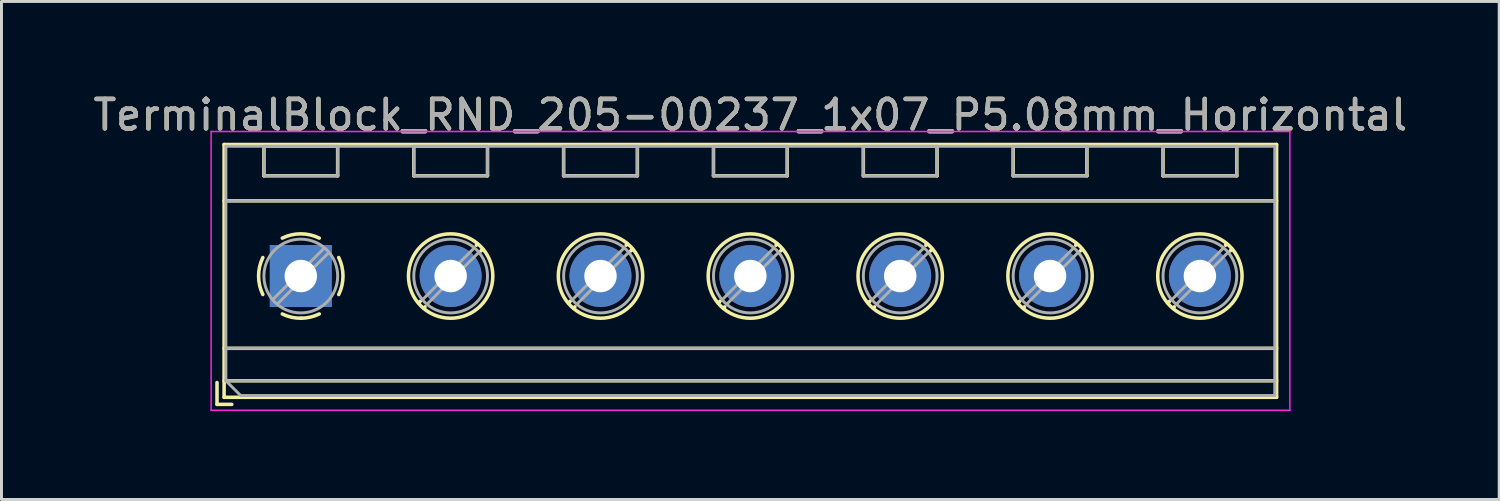
<source format=kicad_pcb>
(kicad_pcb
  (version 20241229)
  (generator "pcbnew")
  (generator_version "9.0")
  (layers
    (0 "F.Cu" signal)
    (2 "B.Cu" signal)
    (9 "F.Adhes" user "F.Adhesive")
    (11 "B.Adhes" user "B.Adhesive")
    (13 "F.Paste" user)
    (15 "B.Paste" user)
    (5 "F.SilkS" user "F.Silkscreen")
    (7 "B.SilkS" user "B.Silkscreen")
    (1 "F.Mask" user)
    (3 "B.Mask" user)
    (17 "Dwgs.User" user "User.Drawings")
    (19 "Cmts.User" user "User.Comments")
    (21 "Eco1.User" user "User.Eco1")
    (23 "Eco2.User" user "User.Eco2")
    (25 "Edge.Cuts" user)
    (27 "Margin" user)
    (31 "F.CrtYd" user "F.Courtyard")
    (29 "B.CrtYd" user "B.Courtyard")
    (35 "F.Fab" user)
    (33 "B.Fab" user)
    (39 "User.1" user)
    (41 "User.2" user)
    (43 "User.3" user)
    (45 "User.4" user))
  (footprint "TerminalBlock_RND_205-00237_1x07_P5.08mm_Horizontal"
    (layer "F.Cu")
    (at 7.147 6.308)
    (property "Reference" "TerminalBlock_RND_205-00237_1x07_P5.08mm_Horizontal" (at 15.24 -5.46 0) (layer "F.SilkS") (effects (font (size 1 1) (thickness 0.15))))
    (attr through_hole)
    (fp_line (start -2.84 3.61) (end -2.84 4.35) (stroke (width 0.12) (type solid)) (layer "F.SilkS"))
    (fp_line (start -2.84 4.35) (end -2.34 4.35) (stroke (width 0.12) (type solid)) (layer "F.SilkS"))
    (fp_line (start -2.6 -4.46) (end -2.6 4.11) (stroke (width 0.12) (type solid)) (layer "F.SilkS"))
    (fp_line (start -2.6 -4.46) (end 33.08 -4.46) (stroke (width 0.12) (type solid)) (layer "F.SilkS"))
    (fp_line (start -2.6 -2.55) (end 33.08 -2.55) (stroke (width 0.12) (type solid)) (layer "F.SilkS"))
    (fp_line (start -2.6 2.45) (end 33.08 2.45) (stroke (width 0.12) (type solid)) (layer "F.SilkS"))
    (fp_line (start -2.6 3.55) (end 33.08 3.55) (stroke (width 0.12) (type solid)) (layer "F.SilkS"))
    (fp_line (start -2.6 4.11) (end 33.08 4.11) (stroke (width 0.12) (type solid)) (layer "F.SilkS"))
    (fp_line (start -1.25 -4.4) (end -1.25 -3.4) (stroke (width 0.12) (type solid)) (layer "F.SilkS"))
    (fp_line (start -1.25 -4.4) (end 1.25 -4.4) (stroke (width 0.12) (type solid)) (layer "F.SilkS"))
    (fp_line (start -1.25 -3.4) (end 1.25 -3.4) (stroke (width 0.12) (type solid)) (layer "F.SilkS"))
    (fp_line (start 1.25 -4.4) (end 1.25 -3.4) (stroke (width 0.12) (type solid)) (layer "F.SilkS"))
    (fp_line (start 3.83 -4.4) (end 3.83 -3.4) (stroke (width 0.12) (type solid)) (layer "F.SilkS"))
    (fp_line (start 3.83 -4.4) (end 6.33 -4.4) (stroke (width 0.12) (type solid)) (layer "F.SilkS"))
    (fp_line (start 3.83 -3.4) (end 6.33 -3.4) (stroke (width 0.12) (type solid)) (layer "F.SilkS"))
    (fp_line (start 4.056 0.85) (end 3.996 0.91) (stroke (width 0.12) (type solid)) (layer "F.SilkS"))
    (fp_line (start 4.21 1.045) (end 4.17 1.085) (stroke (width 0.12) (type solid)) (layer "F.SilkS"))
    (fp_line (start 5.991 -1.085) (end 5.951 -1.045) (stroke (width 0.12) (type solid)) (layer "F.SilkS"))
    (fp_line (start 6.165 -0.91) (end 6.105 -0.851) (stroke (width 0.12) (type solid)) (layer "F.SilkS"))
    (fp_line (start 6.33 -4.4) (end 6.33 -3.4) (stroke (width 0.12) (type solid)) (layer "F.SilkS"))
    (fp_line (start 8.91 -4.4) (end 8.91 -3.4) (stroke (width 0.12) (type solid)) (layer "F.SilkS"))
    (fp_line (start 8.91 -4.4) (end 11.41 -4.4) (stroke (width 0.12) (type solid)) (layer "F.SilkS"))
    (fp_line (start 8.91 -3.4) (end 11.41 -3.4) (stroke (width 0.12) (type solid)) (layer "F.SilkS"))
    (fp_line (start 9.136 0.85) (end 9.076 0.91) (stroke (width 0.12) (type solid)) (layer "F.SilkS"))
    (fp_line (start 9.29 1.045) (end 9.25 1.085) (stroke (width 0.12) (type solid)) (layer "F.SilkS"))
    (fp_line (start 11.071 -1.085) (end 11.031 -1.045) (stroke (width 0.12) (type solid)) (layer "F.SilkS"))
    (fp_line (start 11.245 -0.91) (end 11.185 -0.851) (stroke (width 0.12) (type solid)) (layer "F.SilkS"))
    (fp_line (start 11.41 -4.4) (end 11.41 -3.4) (stroke (width 0.12) (type solid)) (layer "F.SilkS"))
    (fp_line (start 13.99 -4.4) (end 13.99 -3.4) (stroke (width 0.12) (type solid)) (layer "F.SilkS"))
    (fp_line (start 13.99 -4.4) (end 16.49 -4.4) (stroke (width 0.12) (type solid)) (layer "F.SilkS"))
    (fp_line (start 13.99 -3.4) (end 16.49 -3.4) (stroke (width 0.12) (type solid)) (layer "F.SilkS"))
    (fp_line (start 14.216 0.85) (end 14.156 0.91) (stroke (width 0.12) (type solid)) (layer "F.SilkS"))
    (fp_line (start 14.37 1.045) (end 14.33 1.085) (stroke (width 0.12) (type solid)) (layer "F.SilkS"))
    (fp_line (start 16.151 -1.085) (end 16.111 -1.045) (stroke (width 0.12) (type solid)) (layer "F.SilkS"))
    (fp_line (start 16.325 -0.91) (end 16.265 -0.851) (stroke (width 0.12) (type solid)) (layer "F.SilkS"))
    (fp_line (start 16.49 -4.4) (end 16.49 -3.4) (stroke (width 0.12) (type solid)) (layer "F.SilkS"))
    (fp_line (start 19.07 -4.4) (end 19.07 -3.4) (stroke (width 0.12) (type solid)) (layer "F.SilkS"))
    (fp_line (start 19.07 -4.4) (end 21.57 -4.4) (stroke (width 0.12) (type solid)) (layer "F.SilkS"))
    (fp_line (start 19.07 -3.4) (end 21.57 -3.4) (stroke (width 0.12) (type solid)) (layer "F.SilkS"))
    (fp_line (start 19.296 0.85) (end 19.236 0.91) (stroke (width 0.12) (type solid)) (layer "F.SilkS"))
    (fp_line (start 19.45 1.045) (end 19.41 1.085) (stroke (width 0.12) (type solid)) (layer "F.SilkS"))
    (fp_line (start 21.231 -1.085) (end 21.191 -1.045) (stroke (width 0.12) (type solid)) (layer "F.SilkS"))
    (fp_line (start 21.405 -0.91) (end 21.345 -0.851) (stroke (width 0.12) (type solid)) (layer "F.SilkS"))
    (fp_line (start 21.57 -4.4) (end 21.57 -3.4) (stroke (width 0.12) (type solid)) (layer "F.SilkS"))
    (fp_line (start 24.15 -4.4) (end 24.15 -3.4) (stroke (width 0.12) (type solid)) (layer "F.SilkS"))
    (fp_line (start 24.15 -4.4) (end 26.65 -4.4) (stroke (width 0.12) (type solid)) (layer "F.SilkS"))
    (fp_line (start 24.15 -3.4) (end 26.65 -3.4) (stroke (width 0.12) (type solid)) (layer "F.SilkS"))
    (fp_line (start 24.376 0.85) (end 24.316 0.91) (stroke (width 0.12) (type solid)) (layer "F.SilkS"))
    (fp_line (start 24.53 1.045) (end 24.49 1.085) (stroke (width 0.12) (type solid)) (layer "F.SilkS"))
    (fp_line (start 26.311 -1.085) (end 26.271 -1.045) (stroke (width 0.12) (type solid)) (layer "F.SilkS"))
    (fp_line (start 26.485 -0.91) (end 26.425 -0.851) (stroke (width 0.12) (type solid)) (layer "F.SilkS"))
    (fp_line (start 26.65 -4.4) (end 26.65 -3.4) (stroke (width 0.12) (type solid)) (layer "F.SilkS"))
    (fp_line (start 29.23 -4.4) (end 29.23 -3.4) (stroke (width 0.12) (type solid)) (layer "F.SilkS"))
    (fp_line (start 29.23 -4.4) (end 31.73 -4.4) (stroke (width 0.12) (type solid)) (layer "F.SilkS"))
    (fp_line (start 29.23 -3.4) (end 31.73 -3.4) (stroke (width 0.12) (type solid)) (layer "F.SilkS"))
    (fp_line (start 29.456 0.85) (end 29.396 0.91) (stroke (width 0.12) (type solid)) (layer "F.SilkS"))
    (fp_line (start 29.61 1.045) (end 29.57 1.085) (stroke (width 0.12) (type solid)) (layer "F.SilkS"))
    (fp_line (start 31.391 -1.085) (end 31.351 -1.045) (stroke (width 0.12) (type solid)) (layer "F.SilkS"))
    (fp_line (start 31.565 -0.91) (end 31.505 -0.851) (stroke (width 0.12) (type solid)) (layer "F.SilkS"))
    (fp_line (start 31.73 -4.4) (end 31.73 -3.4) (stroke (width 0.12) (type solid)) (layer "F.SilkS"))
    (fp_line (start 33.08 -4.46) (end 33.08 4.11) (stroke (width 0.12) (type solid)) (layer "F.SilkS"))
    (fp_arc (start -1.286611 0.626746) (mid -1.431146 -0.000697) (end -1.286 -0.628) (stroke (width 0.12) (type solid)) (layer "F.SilkS"))
    (fp_arc (start -0.627362 -1.285823) (mid -0.000201 -1.430707) (end 0.627 -1.286) (stroke (width 0.12) (type solid)) (layer "F.SilkS"))
    (fp_arc (start 0.02428 1.43094) (mid -0.310437 1.397071) (end -0.628 1.286) (stroke (width 0.12) (type solid)) (layer "F.SilkS"))
    (fp_arc (start 0.626871 1.285275) (mid 0.32168 1.393349) (end 0 1.43) (stroke (width 0.12) (type solid)) (layer "F.SilkS"))
    (fp_arc (start 1.285823 -0.627362) (mid 1.430707 -0.000201) (end 1.286 0.627) (stroke (width 0.12) (type solid)) (layer "F.SilkS"))
    (fp_circle (center 5.08 0) (end 6.51 0) (stroke (width 0.12) (type solid)) (fill no) (layer "F.SilkS"))
    (fp_circle (center 10.16 0) (end 11.59 0) (stroke (width 0.12) (type solid)) (fill no) (layer "F.SilkS"))
    (fp_circle (center 15.24 0) (end 16.67 0) (stroke (width 0.12) (type solid)) (fill no) (layer "F.SilkS"))
    (fp_circle (center 20.32 0) (end 21.75 0) (stroke (width 0.12) (type solid)) (fill no) (layer "F.SilkS"))
    (fp_circle (center 25.4 0) (end 26.83 0) (stroke (width 0.12) (type solid)) (fill no) (layer "F.SilkS"))
    (fp_circle (center 30.48 0) (end 31.91 0) (stroke (width 0.12) (type solid)) (fill no) (layer "F.SilkS"))
    (fp_line (start -3.04 -4.9) (end -3.04 4.55) (stroke (width 0.05) (type solid)) (layer "F.CrtYd"))
    (fp_line (start -3.04 4.55) (end 33.53 4.55) (stroke (width 0.05) (type solid)) (layer "F.CrtYd"))
    (fp_line (start 33.53 -4.9) (end -3.04 -4.9) (stroke (width 0.05) (type solid)) (layer "F.CrtYd"))
    (fp_line (start 33.53 4.55) (end 33.53 -4.9) (stroke (width 0.05) (type solid)) (layer "F.CrtYd"))
    (fp_line (start -2.54 -4.4) (end 33.02 -4.4) (stroke (width 0.1) (type solid)) (layer "F.Fab"))
    (fp_line (start -2.54 -2.55) (end 33.02 -2.55) (stroke (width 0.1) (type solid)) (layer "F.Fab"))
    (fp_line (start -2.54 2.45) (end 33.02 2.45) (stroke (width 0.1) (type solid)) (layer "F.Fab"))
    (fp_line (start -2.54 3.55) (end -2.54 -4.4) (stroke (width 0.1) (type solid)) (layer "F.Fab"))
    (fp_line (start -2.54 3.55) (end 33.02 3.55) (stroke (width 0.1) (type solid)) (layer "F.Fab"))
    (fp_line (start -2.04 4.05) (end -2.54 3.55) (stroke (width 0.1) (type solid)) (layer "F.Fab"))
    (fp_line (start -1.25 -4.4) (end -1.25 -3.4) (stroke (width 0.1) (type solid)) (layer "F.Fab"))
    (fp_line (start -1.25 -3.4) (end 1.25 -3.4) (stroke (width 0.1) (type solid)) (layer "F.Fab"))
    (fp_line (start 0.796 -0.948) (end -0.949 0.796) (stroke (width 0.1) (type solid)) (layer "F.Fab"))
    (fp_line (start 0.949 -0.796) (end -0.796 0.948) (stroke (width 0.1) (type solid)) (layer "F.Fab"))
    (fp_line (start 1.25 -4.4) (end -1.25 -4.4) (stroke (width 0.1) (type solid)) (layer "F.Fab"))
    (fp_line (start 1.25 -3.4) (end 1.25 -4.4) (stroke (width 0.1) (type solid)) (layer "F.Fab"))
    (fp_line (start 3.83 -4.4) (end 3.83 -3.4) (stroke (width 0.1) (type solid)) (layer "F.Fab"))
    (fp_line (start 3.83 -3.4) (end 6.33 -3.4) (stroke (width 0.1) (type solid)) (layer "F.Fab"))
    (fp_line (start 5.876 -0.948) (end 4.132 0.796) (stroke (width 0.1) (type solid)) (layer "F.Fab"))
    (fp_line (start 6.029 -0.796) (end 4.285 0.948) (stroke (width 0.1) (type solid)) (layer "F.Fab"))
    (fp_line (start 6.33 -4.4) (end 3.83 -4.4) (stroke (width 0.1) (type solid)) (layer "F.Fab"))
    (fp_line (start 6.33 -3.4) (end 6.33 -4.4) (stroke (width 0.1) (type solid)) (layer "F.Fab"))
    (fp_line (start 8.91 -4.4) (end 8.91 -3.4) (stroke (width 0.1) (type solid)) (layer "F.Fab"))
    (fp_line (start 8.91 -3.4) (end 11.41 -3.4) (stroke (width 0.1) (type solid)) (layer "F.Fab"))
    (fp_line (start 10.956 -0.948) (end 9.212 0.796) (stroke (width 0.1) (type solid)) (layer "F.Fab"))
    (fp_line (start 11.109 -0.796) (end 9.365 0.948) (stroke (width 0.1) (type solid)) (layer "F.Fab"))
    (fp_line (start 11.41 -4.4) (end 8.91 -4.4) (stroke (width 0.1) (type solid)) (layer "F.Fab"))
    (fp_line (start 11.41 -3.4) (end 11.41 -4.4) (stroke (width 0.1) (type solid)) (layer "F.Fab"))
    (fp_line (start 13.99 -4.4) (end 13.99 -3.4) (stroke (width 0.1) (type solid)) (layer "F.Fab"))
    (fp_line (start 13.99 -3.4) (end 16.49 -3.4) (stroke (width 0.1) (type solid)) (layer "F.Fab"))
    (fp_line (start 16.036 -0.948) (end 14.292 0.796) (stroke (width 0.1) (type solid)) (layer "F.Fab"))
    (fp_line (start 16.189 -0.796) (end 14.445 0.948) (stroke (width 0.1) (type solid)) (layer "F.Fab"))
    (fp_line (start 16.49 -4.4) (end 13.99 -4.4) (stroke (width 0.1) (type solid)) (layer "F.Fab"))
    (fp_line (start 16.49 -3.4) (end 16.49 -4.4) (stroke (width 0.1) (type solid)) (layer "F.Fab"))
    (fp_line (start 19.07 -4.4) (end 19.07 -3.4) (stroke (width 0.1) (type solid)) (layer "F.Fab"))
    (fp_line (start 19.07 -3.4) (end 21.57 -3.4) (stroke (width 0.1) (type solid)) (layer "F.Fab"))
    (fp_line (start 21.116 -0.948) (end 19.372 0.796) (stroke (width 0.1) (type solid)) (layer "F.Fab"))
    (fp_line (start 21.269 -0.796) (end 19.525 0.948) (stroke (width 0.1) (type solid)) (layer "F.Fab"))
    (fp_line (start 21.57 -4.4) (end 19.07 -4.4) (stroke (width 0.1) (type solid)) (layer "F.Fab"))
    (fp_line (start 21.57 -3.4) (end 21.57 -4.4) (stroke (width 0.1) (type solid)) (layer "F.Fab"))
    (fp_line (start 24.15 -4.4) (end 24.15 -3.4) (stroke (width 0.1) (type solid)) (layer "F.Fab"))
    (fp_line (start 24.15 -3.4) (end 26.65 -3.4) (stroke (width 0.1) (type solid)) (layer "F.Fab"))
    (fp_line (start 26.196 -0.948) (end 24.452 0.796) (stroke (width 0.1) (type solid)) (layer "F.Fab"))
    (fp_line (start 26.349 -0.796) (end 24.605 0.948) (stroke (width 0.1) (type solid)) (layer "F.Fab"))
    (fp_line (start 26.65 -4.4) (end 24.15 -4.4) (stroke (width 0.1) (type solid)) (layer "F.Fab"))
    (fp_line (start 26.65 -3.4) (end 26.65 -4.4) (stroke (width 0.1) (type solid)) (layer "F.Fab"))
    (fp_line (start 29.23 -4.4) (end 29.23 -3.4) (stroke (width 0.1) (type solid)) (layer "F.Fab"))
    (fp_line (start 29.23 -3.4) (end 31.73 -3.4) (stroke (width 0.1) (type solid)) (layer "F.Fab"))
    (fp_line (start 31.276 -0.948) (end 29.532 0.796) (stroke (width 0.1) (type solid)) (layer "F.Fab"))
    (fp_line (start 31.429 -0.796) (end 29.685 0.948) (stroke (width 0.1) (type solid)) (layer "F.Fab"))
    (fp_line (start 31.73 -4.4) (end 29.23 -4.4) (stroke (width 0.1) (type solid)) (layer "F.Fab"))
    (fp_line (start 31.73 -3.4) (end 31.73 -4.4) (stroke (width 0.1) (type solid)) (layer "F.Fab"))
    (fp_line (start 33.02 -4.4) (end 33.02 4.05) (stroke (width 0.1) (type solid)) (layer "F.Fab"))
    (fp_line (start 33.02 4.05) (end -2.04 4.05) (stroke (width 0.1) (type solid)) (layer "F.Fab"))
    (fp_circle (center 0 0) (end 1.25 0) (stroke (width 0.1) (type solid)) (fill no) (layer "F.Fab"))
    (fp_circle (center 5.08 0) (end 6.33 0) (stroke (width 0.1) (type solid)) (fill no) (layer "F.Fab"))
    (fp_circle (center 10.16 0) (end 11.41 0) (stroke (width 0.1) (type solid)) (fill no) (layer "F.Fab"))
    (fp_circle (center 15.24 0) (end 16.49 0) (stroke (width 0.1) (type solid)) (fill no) (layer "F.Fab"))
    (fp_circle (center 20.32 0) (end 21.57 0) (stroke (width 0.1) (type solid)) (fill no) (layer "F.Fab"))
    (fp_circle (center 25.4 0) (end 26.65 0) (stroke (width 0.1) (type solid)) (fill no) (layer "F.Fab"))
    (fp_circle (center 30.48 0) (end 31.73 0) (stroke (width 0.1) (type solid)) (fill no) (layer "F.Fab"))
    (fp_text user "${REFERENCE}" (at 15.24 -5.46 0) (layer "F.Fab") (effects (font (size 1 1) (thickness 0.15))))
    (pad "1" thru_hole rect (at 0 0) (size 2.1 2.1) (drill 1.1) (layers "*.Cu" "*.Mask"))
    (pad "2" thru_hole circle (at 5.08 0) (size 2.1 2.1) (drill 1.1) (layers "*.Cu" "*.Mask"))
    (pad "3" thru_hole circle (at 10.16 0) (size 2.1 2.1) (drill 1.1) (layers "*.Cu" "*.Mask"))
    (pad "4" thru_hole circle (at 15.24 0) (size 2.1 2.1) (drill 1.1) (layers "*.Cu" "*.Mask"))
    (pad "5" thru_hole circle (at 20.32 0) (size 2.1 2.1) (drill 1.1) (layers "*.Cu" "*.Mask"))
    (pad "6" thru_hole circle (at 25.4 0) (size 2.1 2.1) (drill 1.1) (layers "*.Cu" "*.Mask"))
    (pad "7" thru_hole circle (at 30.48 0) (size 2.1 2.1) (drill 1.1) (layers "*.Cu" "*.Mask")))
  (gr_rect
    (start -3 -3)
    (end 47.774 13.883)
    (stroke (width 0.1) (type default))
    (fill no)
    (layer "Edge.Cuts")))
</source>
